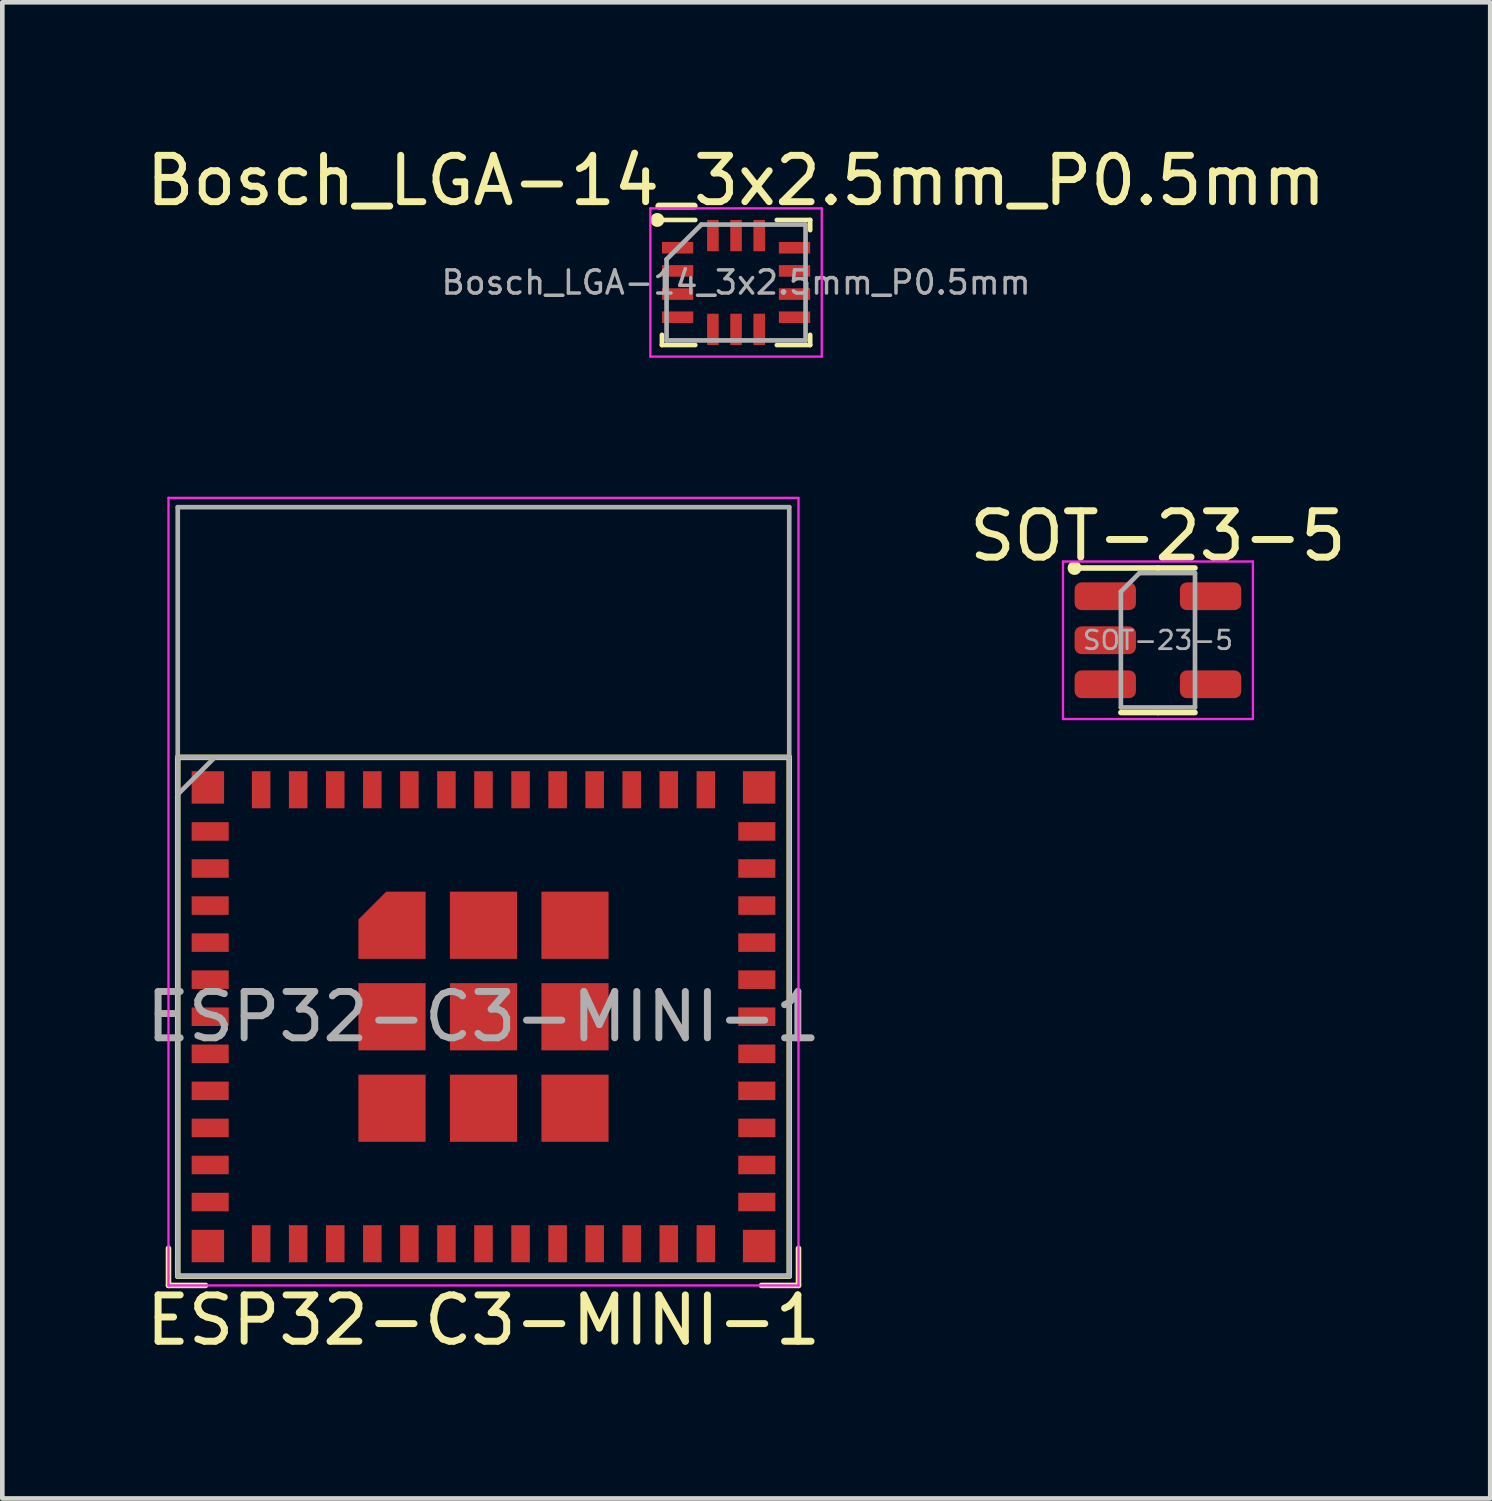
<source format=kicad_pcb>
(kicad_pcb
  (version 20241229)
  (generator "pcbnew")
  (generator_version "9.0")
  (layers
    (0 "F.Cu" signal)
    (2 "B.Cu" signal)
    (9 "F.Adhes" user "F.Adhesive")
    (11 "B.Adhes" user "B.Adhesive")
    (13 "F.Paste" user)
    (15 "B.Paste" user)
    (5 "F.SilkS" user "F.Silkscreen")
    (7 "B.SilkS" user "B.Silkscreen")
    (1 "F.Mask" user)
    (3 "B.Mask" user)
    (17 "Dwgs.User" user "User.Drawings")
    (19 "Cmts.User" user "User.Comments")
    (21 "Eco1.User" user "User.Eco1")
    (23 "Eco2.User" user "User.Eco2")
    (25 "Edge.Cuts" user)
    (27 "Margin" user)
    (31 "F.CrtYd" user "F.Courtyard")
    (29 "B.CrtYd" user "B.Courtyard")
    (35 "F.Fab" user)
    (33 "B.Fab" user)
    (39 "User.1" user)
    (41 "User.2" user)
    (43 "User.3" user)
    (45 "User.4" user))
  (footprint "ESP32-C3-MINI-1"
    (layer "F.Cu")
    (at 7.387 16.198)
    (property "Reference" "ESP32-C3-MINI-1" (at 0 9.25 0) (layer "F.SilkS") (effects (font (size 1 1) (thickness 0.15))))
    (attr smd)
    (fp_line (start -6.8 7.7) (end -6.8 8.5) (stroke (width 0.12) (type solid)) (layer "F.SilkS"))
    (fp_line (start -6.8 8.5) (end -6 8.5) (stroke (width 0.12) (type solid)) (layer "F.SilkS"))
    (fp_line (start -6.6 -2.9) (end 6.6 -2.9) (stroke (width 0.12) (type solid)) (layer "F.SilkS"))
    (fp_line (start -6.6 8.3) (end -6.6 -2.9) (stroke (width 0.12) (type solid)) (layer "F.SilkS"))
    (fp_line (start 6.6 -2.9) (end 6.6 8.3) (stroke (width 0.12) (type solid)) (layer "F.SilkS"))
    (fp_line (start 6.6 8.3) (end -6.6 8.3) (stroke (width 0.12) (type solid)) (layer "F.SilkS"))
    (fp_line (start 6.8 7.7) (end 6.8 8.5) (stroke (width 0.12) (type solid)) (layer "F.SilkS"))
    (fp_line (start 6.8 8.5) (end 6 8.5) (stroke (width 0.12) (type solid)) (layer "F.SilkS"))
    (fp_line (start -6.8 -8.5) (end 6.8 -8.5) (stroke (width 0.05) (type solid)) (layer "F.CrtYd"))
    (fp_line (start -6.8 8.5) (end -6.8 -8.5) (stroke (width 0.05) (type solid)) (layer "F.CrtYd"))
    (fp_line (start 6.8 -8.5) (end 6.8 8.5) (stroke (width 0.05) (type solid)) (layer "F.CrtYd"))
    (fp_line (start 6.8 8.5) (end -6.8 8.5) (stroke (width 0.05) (type solid)) (layer "F.CrtYd"))
    (fp_line (start -6.6 8.3) (end -6.6 -8.3) (stroke (width 0.1) (type solid)) (layer "F.Fab"))
    (fp_line (start -6.6 8.3) (end 6.6 8.3) (stroke (width 0.1) (type solid)) (layer "F.Fab"))
    (fp_line (start -5.8 -2.9) (end -6.6 -2.1) (stroke (width 0.1) (type solid)) (layer "F.Fab"))
    (fp_line (start 6.6 -8.3) (end -6.6 -8.3) (stroke (width 0.1) (type solid)) (layer "F.Fab"))
    (fp_line (start 6.6 -2.9) (end -6.6 -2.9) (stroke (width 0.1) (type solid)) (layer "F.Fab"))
    (fp_line (start 6.6 8.3) (end 6.6 -8.3) (stroke (width 0.1) (type solid)) (layer "F.Fab"))
    (fp_text user "${REFERENCE}" (at 0 2.7 0) (layer "F.Fab") (effects (font (size 1 1) (thickness 0.15))))
    (pad "1" smd rect (at -5.9 -1.3 90) (size 0.4 0.8) (layers "F.Cu" "F.Mask" "F.Paste"))
    (pad "2" smd rect (at -5.9 -0.5 90) (size 0.4 0.8) (layers "F.Cu" "F.Mask" "F.Paste"))
    (pad "3" smd rect (at -5.9 0.3 90) (size 0.4 0.8) (layers "F.Cu" "F.Mask" "F.Paste"))
    (pad "4" smd rect (at -5.9 1.1 90) (size 0.4 0.8) (layers "F.Cu" "F.Mask" "F.Paste"))
    (pad "5" smd rect (at -5.9 1.9 90) (size 0.4 0.8) (layers "F.Cu" "F.Mask" "F.Paste"))
    (pad "6" smd rect (at -5.9 2.7 90) (size 0.4 0.8) (layers "F.Cu" "F.Mask" "F.Paste"))
    (pad "7" smd rect (at -5.9 3.5 90) (size 0.4 0.8) (layers "F.Cu" "F.Mask" "F.Paste"))
    (pad "8" smd rect (at -5.9 4.3 90) (size 0.4 0.8) (layers "F.Cu" "F.Mask" "F.Paste"))
    (pad "9" smd rect (at -5.9 5.1 90) (size 0.4 0.8) (layers "F.Cu" "F.Mask" "F.Paste"))
    (pad "10" smd rect (at -5.9 5.9 90) (size 0.4 0.8) (layers "F.Cu" "F.Mask" "F.Paste"))
    (pad "11" smd rect (at -5.9 6.7 90) (size 0.4 0.8) (layers "F.Cu" "F.Mask" "F.Paste"))
    (pad "12" smd rect (at -4.8 7.6) (size 0.4 0.8) (layers "F.Cu" "F.Mask" "F.Paste"))
    (pad "13" smd rect (at -4 7.6) (size 0.4 0.8) (layers "F.Cu" "F.Mask" "F.Paste"))
    (pad "14" smd rect (at -3.2 7.6) (size 0.4 0.8) (layers "F.Cu" "F.Mask" "F.Paste"))
    (pad "15" smd rect (at -2.4 7.6) (size 0.4 0.8) (layers "F.Cu" "F.Mask" "F.Paste"))
    (pad "16" smd rect (at -1.6 7.6) (size 0.4 0.8) (layers "F.Cu" "F.Mask" "F.Paste"))
    (pad "17" smd rect (at -0.8 7.6) (size 0.4 0.8) (layers "F.Cu" "F.Mask" "F.Paste"))
    (pad "18" smd rect (at 0 7.6) (size 0.4 0.8) (layers "F.Cu" "F.Mask" "F.Paste"))
    (pad "19" smd rect (at 0.8 7.6) (size 0.4 0.8) (layers "F.Cu" "F.Mask" "F.Paste"))
    (pad "20" smd rect (at 1.6 7.6) (size 0.4 0.8) (layers "F.Cu" "F.Mask" "F.Paste"))
    (pad "21" smd rect (at 2.4 7.6) (size 0.4 0.8) (layers "F.Cu" "F.Mask" "F.Paste"))
    (pad "22" smd rect (at 3.2 7.6) (size 0.4 0.8) (layers "F.Cu" "F.Mask" "F.Paste"))
    (pad "23" smd rect (at 4 7.6) (size 0.4 0.8) (layers "F.Cu" "F.Mask" "F.Paste"))
    (pad "24" smd rect (at 4.8 7.6) (size 0.4 0.8) (layers "F.Cu" "F.Mask" "F.Paste"))
    (pad "25" smd rect (at 5.9 6.7 90) (size 0.4 0.8) (layers "F.Cu" "F.Mask" "F.Paste"))
    (pad "26" smd rect (at 5.9 5.9 90) (size 0.4 0.8) (layers "F.Cu" "F.Mask" "F.Paste"))
    (pad "27" smd rect (at 5.9 5.1 90) (size 0.4 0.8) (layers "F.Cu" "F.Mask" "F.Paste"))
    (pad "28" smd rect (at 5.9 4.3 90) (size 0.4 0.8) (layers "F.Cu" "F.Mask" "F.Paste"))
    (pad "29" smd rect (at 5.9 3.5 90) (size 0.4 0.8) (layers "F.Cu" "F.Mask" "F.Paste"))
    (pad "30" smd rect (at 5.9 2.7 90) (size 0.4 0.8) (layers "F.Cu" "F.Mask" "F.Paste"))
    (pad "31" smd rect (at 5.9 1.9 90) (size 0.4 0.8) (layers "F.Cu" "F.Mask" "F.Paste"))
    (pad "32" smd rect (at 5.9 1.1 90) (size 0.4 0.8) (layers "F.Cu" "F.Mask" "F.Paste"))
    (pad "33" smd rect (at 5.9 0.3 90) (size 0.4 0.8) (layers "F.Cu" "F.Mask" "F.Paste"))
    (pad "34" smd rect (at 5.9 -0.5 90) (size 0.4 0.8) (layers "F.Cu" "F.Mask" "F.Paste"))
    (pad "35" smd rect (at 5.9 -1.3 90) (size 0.4 0.8) (layers "F.Cu" "F.Mask" "F.Paste"))
    (pad "36" smd rect (at 4.8 -2.2) (size 0.4 0.8) (layers "F.Cu" "F.Mask" "F.Paste"))
    (pad "37" smd rect (at 4 -2.2) (size 0.4 0.8) (layers "F.Cu" "F.Mask" "F.Paste"))
    (pad "38" smd rect (at 3.2 -2.2) (size 0.4 0.8) (layers "F.Cu" "F.Mask" "F.Paste"))
    (pad "39" smd rect (at 2.4 -2.2) (size 0.4 0.8) (layers "F.Cu" "F.Mask" "F.Paste"))
    (pad "40" smd rect (at 1.6 -2.2) (size 0.4 0.8) (layers "F.Cu" "F.Mask" "F.Paste"))
    (pad "41" smd rect (at 0.8 -2.2) (size 0.4 0.8) (layers "F.Cu" "F.Mask" "F.Paste"))
    (pad "42" smd rect (at 0 -2.2) (size 0.4 0.8) (layers "F.Cu" "F.Mask" "F.Paste"))
    (pad "43" smd rect (at -0.8 -2.2) (size 0.4 0.8) (layers "F.Cu" "F.Mask" "F.Paste"))
    (pad "44" smd rect (at -1.6 -2.2) (size 0.4 0.8) (layers "F.Cu" "F.Mask" "F.Paste"))
    (pad "45" smd rect (at -2.4 -2.2) (size 0.4 0.8) (layers "F.Cu" "F.Mask" "F.Paste"))
    (pad "46" smd rect (at -3.2 -2.2) (size 0.4 0.8) (layers "F.Cu" "F.Mask" "F.Paste"))
    (pad "47" smd rect (at -4 -2.2) (size 0.4 0.8) (layers "F.Cu" "F.Mask" "F.Paste"))
    (pad "48" smd rect (at -4.8 -2.2) (size 0.4 0.8) (layers "F.Cu" "F.Mask" "F.Paste"))
    (pad "49" smd custom (at -1.975 0.725) (size 0.8 0.8) (layers "F.Cu" "F.Mask" "F.Paste") (options (anchor rect)) (primitives (gr_poly (pts (xy 0.725 0.725) (xy -0.725 0.725) (xy -0.725 -0.125) (xy -0.125 -0.725) (xy 0.725 -0.725)) (width 0) (fill yes))))
    (pad "49" smd rect (at -1.975 2.7 90) (size 1.45 1.45) (layers "F.Cu" "F.Mask" "F.Paste"))
    (pad "49" smd rect (at -1.975 4.675 90) (size 1.45 1.45) (layers "F.Cu" "F.Mask" "F.Paste"))
    (pad "49" smd rect (at 0 0.725 90) (size 1.45 1.45) (layers "F.Cu" "F.Mask" "F.Paste"))
    (pad "49" smd rect (at 0 2.7 90) (size 1.45 1.45) (layers "F.Cu" "F.Mask" "F.Paste"))
    (pad "49" smd rect (at 0 4.675 90) (size 1.45 1.45) (layers "F.Cu" "F.Mask" "F.Paste"))
    (pad "49" smd rect (at 1.975 0.725 90) (size 1.45 1.45) (layers "F.Cu" "F.Mask" "F.Paste"))
    (pad "49" smd rect (at 1.975 2.7 90) (size 1.45 1.45) (layers "F.Cu" "F.Mask" "F.Paste"))
    (pad "49" smd rect (at 1.975 4.675 90) (size 1.45 1.45) (layers "F.Cu" "F.Mask" "F.Paste"))
    (pad "50" smd rect (at 5.95 -2.25 90) (size 0.7 0.7) (layers "F.Cu" "F.Mask" "F.Paste"))
    (pad "51" smd rect (at 5.95 7.65 90) (size 0.7 0.7) (layers "F.Cu" "F.Mask" "F.Paste"))
    (pad "52" smd rect (at -5.95 7.65 90) (size 0.7 0.7) (layers "F.Cu" "F.Mask" "F.Paste"))
    (pad "53" smd rect (at -5.95 -2.25 90) (size 0.7 0.7) (layers "F.Cu" "F.Mask" "F.Paste")))
  (footprint "SOT-23-5"
    (layer "F.Cu")
    (at 21.946 10.771)
    (property "Reference" "SOT-23-5" (at 0 -2.25 180) (layer "F.SilkS") (effects (font (size 1 1) (thickness 0.15))))
    (attr smd)
    (fp_line (start 0 -1.56) (end -1.8 -1.56) (stroke (width 0.12) (type solid)) (layer "F.SilkS"))
    (fp_line (start 0 -1.56) (end 0.8 -1.56) (stroke (width 0.12) (type solid)) (layer "F.SilkS"))
    (fp_line (start 0 1.56) (end -0.8 1.56) (stroke (width 0.12) (type solid)) (layer "F.SilkS"))
    (fp_line (start 0 1.56) (end 0.8 1.56) (stroke (width 0.12) (type solid)) (layer "F.SilkS"))
    (fp_circle (center -1.8 -1.56) (end -1.7 -1.56) (stroke (width 0.1) (type solid)) (fill yes) (layer "F.SilkS"))
    (fp_line (start -2.05 -1.7) (end -2.05 1.7) (stroke (width 0.05) (type solid)) (layer "F.CrtYd"))
    (fp_line (start -2.05 1.7) (end 2.05 1.7) (stroke (width 0.05) (type solid)) (layer "F.CrtYd"))
    (fp_line (start 2.05 -1.7) (end -2.05 -1.7) (stroke (width 0.05) (type solid)) (layer "F.CrtYd"))
    (fp_line (start 2.05 1.7) (end 2.05 -1.7) (stroke (width 0.05) (type solid)) (layer "F.CrtYd"))
    (fp_line (start -0.8 -1.05) (end -0.4 -1.45) (stroke (width 0.1) (type solid)) (layer "F.Fab"))
    (fp_line (start -0.8 1.45) (end -0.8 -1.05) (stroke (width 0.1) (type solid)) (layer "F.Fab"))
    (fp_line (start -0.4 -1.45) (end 0.8 -1.45) (stroke (width 0.1) (type solid)) (layer "F.Fab"))
    (fp_line (start 0.8 -1.45) (end 0.8 1.45) (stroke (width 0.1) (type solid)) (layer "F.Fab"))
    (fp_line (start 0.8 1.45) (end -0.8 1.45) (stroke (width 0.1) (type solid)) (layer "F.Fab"))
    (fp_text user "${REFERENCE}" (at 0 0 180) (layer "F.Fab") (effects (font (size 0.4 0.4) (thickness 0.06))))
    (pad "1" smd roundrect (at -1.137 -0.95) (size 1.325 0.6) (layers "F.Cu" "F.Mask" "F.Paste") (roundrect_rratio 0.25))
    (pad "2" smd roundrect (at -1.137 0) (size 1.325 0.6) (layers "F.Cu" "F.Mask" "F.Paste") (roundrect_rratio 0.25))
    (pad "3" smd roundrect (at -1.137 0.95) (size 1.325 0.6) (layers "F.Cu" "F.Mask" "F.Paste") (roundrect_rratio 0.25))
    (pad "4" smd roundrect (at 1.137 0.95) (size 1.325 0.6) (layers "F.Cu" "F.Mask" "F.Paste") (roundrect_rratio 0.25))
    (pad "5" smd roundrect (at 1.137 -0.95) (size 1.325 0.6) (layers "F.Cu" "F.Mask" "F.Paste") (roundrect_rratio 0.25)))
  (footprint "Bosch_LGA-14_3x2.5mm_P0.5mm"
    (layer "F.Cu")
    (at 12.839 3.048)
    (property "Reference" "Bosch_LGA-14_3x2.5mm_P0.5mm" (at 0 -2.2 180) (layer "F.SilkS") (effects (font (size 1 1) (thickness 0.15))))
    (attr smd)
    (fp_line (start -1.7 -1.35) (end -0.88 -1.35) (stroke (width 0.1) (type solid)) (layer "F.SilkS"))
    (fp_line (start -1.6 1.35) (end -1.6 1.13) (stroke (width 0.1) (type solid)) (layer "F.SilkS"))
    (fp_line (start -1.6 1.35) (end -0.88 1.35) (stroke (width 0.1) (type solid)) (layer "F.SilkS"))
    (fp_line (start 0.88 -1.35) (end 1.6 -1.35) (stroke (width 0.1) (type solid)) (layer "F.SilkS"))
    (fp_line (start 1.6 -1.35) (end 1.6 -1.13) (stroke (width 0.1) (type solid)) (layer "F.SilkS"))
    (fp_line (start 1.6 1.13) (end 1.6 1.35) (stroke (width 0.1) (type solid)) (layer "F.SilkS"))
    (fp_line (start 1.6 1.35) (end 0.88 1.35) (stroke (width 0.1) (type solid)) (layer "F.SilkS"))
    (fp_circle (center -1.7 -1.35) (end -1.6 -1.35) (stroke (width 0.1) (type solid)) (fill yes) (layer "F.SilkS"))
    (fp_line (start -1.85 -1.6) (end 1.85 -1.6) (stroke (width 0.05) (type solid)) (layer "F.CrtYd"))
    (fp_line (start -1.85 1.6) (end -1.85 -1.6) (stroke (width 0.05) (type solid)) (layer "F.CrtYd"))
    (fp_line (start 1.85 -1.6) (end 1.85 1.6) (stroke (width 0.05) (type solid)) (layer "F.CrtYd"))
    (fp_line (start 1.85 1.6) (end -1.85 1.6) (stroke (width 0.05) (type solid)) (layer "F.CrtYd"))
    (fp_line (start -1.5 1.25) (end -1.5 -0.5) (stroke (width 0.1) (type solid)) (layer "F.Fab"))
    (fp_line (start -0.75 -1.25) (end -1.5 -0.5) (stroke (width 0.1) (type solid)) (layer "F.Fab"))
    (fp_line (start -0.75 -1.25) (end 1.5 -1.25) (stroke (width 0.1) (type solid)) (layer "F.Fab"))
    (fp_line (start 1.5 -1.25) (end 1.5 1.25) (stroke (width 0.1) (type solid)) (layer "F.Fab"))
    (fp_line (start 1.5 1.25) (end -1.5 1.25) (stroke (width 0.1) (type solid)) (layer "F.Fab"))
    (fp_text user "${REFERENCE}" (at 0 0 180) (layer "F.Fab") (effects (font (size 0.5 0.5) (thickness 0.075))))
    (pad "1" smd rect (at -1.262 -0.75) (size 0.675 0.25) (layers "F.Cu" "F.Mask" "F.Paste"))
    (pad "2" smd rect (at -1.262 -0.25) (size 0.675 0.25) (layers "F.Cu" "F.Mask" "F.Paste"))
    (pad "3" smd rect (at -1.262 0.25) (size 0.675 0.25) (layers "F.Cu" "F.Mask" "F.Paste"))
    (pad "4" smd rect (at -1.262 0.75) (size 0.675 0.25) (layers "F.Cu" "F.Mask" "F.Paste"))
    (pad "5" smd rect (at -0.5 1.012) (size 0.25 0.675) (layers "F.Cu" "F.Mask" "F.Paste"))
    (pad "6" smd rect (at 0 1.012) (size 0.25 0.675) (layers "F.Cu" "F.Mask" "F.Paste"))
    (pad "7" smd rect (at 0.5 1.012) (size 0.25 0.675) (layers "F.Cu" "F.Mask" "F.Paste"))
    (pad "8" smd rect (at 1.262 0.75) (size 0.675 0.25) (layers "F.Cu" "F.Mask" "F.Paste"))
    (pad "9" smd rect (at 1.262 0.25) (size 0.675 0.25) (layers "F.Cu" "F.Mask" "F.Paste"))
    (pad "10" smd rect (at 1.262 -0.25) (size 0.675 0.25) (layers "F.Cu" "F.Mask" "F.Paste"))
    (pad "11" smd rect (at 1.262 -0.75) (size 0.675 0.25) (layers "F.Cu" "F.Mask" "F.Paste"))
    (pad "12" smd rect (at 0.5 -1.012) (size 0.25 0.675) (layers "F.Cu" "F.Mask" "F.Paste"))
    (pad "13" smd rect (at 0 -1.012) (size 0.25 0.675) (layers "F.Cu" "F.Mask" "F.Paste"))
    (pad "14" smd rect (at -0.5 -1.012) (size 0.25 0.675) (layers "F.Cu" "F.Mask" "F.Paste"))
    (zone (net_name "") (layer "F.Cu") (hatch edge 0.5) (connect_pads) (min_thickness 0.25) (filled_areas_thickness no) (keepout (tracks not_allowed) (vias not_allowed) (pads allowed) (copperpour not_allowed) (footprints allowed)) (placement (enabled no)) (fill) (polygon (pts (xy 11.914 2.373) (xy 13.764 2.373) (xy 13.764 3.723) (xy 11.914 3.723))))
    (zone (net_name "") (layer "F.Cu") (hatch edge 0.5) (connect_pads) (min_thickness 0.25) (filled_areas_thickness no) (keepout (tracks not_allowed) (vias not_allowed) (pads allowed) (copperpour not_allowed) (footprints allowed)) (placement (enabled no)) (fill) (polygon (pts (xy 12.964 3.723) (xy 13.214 3.723) (xy 13.214 4.398) (xy 12.964 4.398)))))
  (gr_rect
    (start -3 -3)
    (end 29.119 29.297)
    (stroke (width 0.1) (type default))
    (fill no)
    (layer "Edge.Cuts")))
</source>
